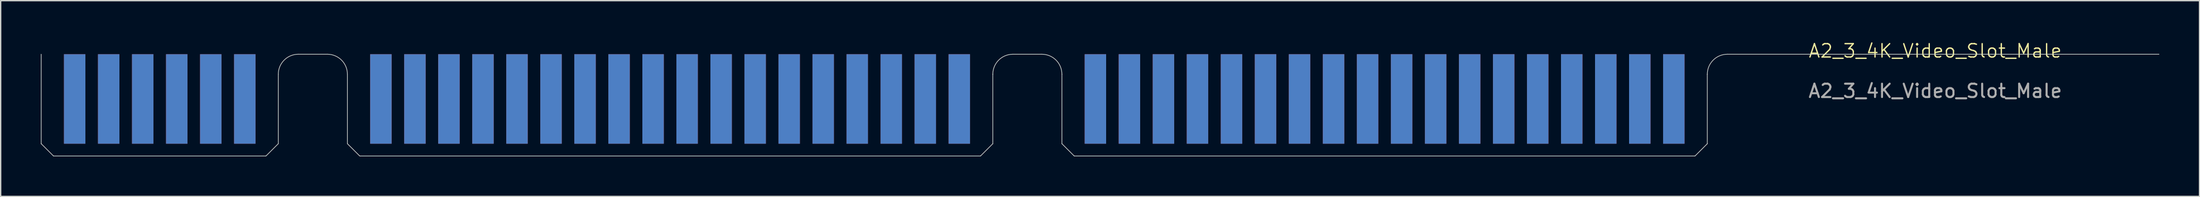
<source format=kicad_pcb>
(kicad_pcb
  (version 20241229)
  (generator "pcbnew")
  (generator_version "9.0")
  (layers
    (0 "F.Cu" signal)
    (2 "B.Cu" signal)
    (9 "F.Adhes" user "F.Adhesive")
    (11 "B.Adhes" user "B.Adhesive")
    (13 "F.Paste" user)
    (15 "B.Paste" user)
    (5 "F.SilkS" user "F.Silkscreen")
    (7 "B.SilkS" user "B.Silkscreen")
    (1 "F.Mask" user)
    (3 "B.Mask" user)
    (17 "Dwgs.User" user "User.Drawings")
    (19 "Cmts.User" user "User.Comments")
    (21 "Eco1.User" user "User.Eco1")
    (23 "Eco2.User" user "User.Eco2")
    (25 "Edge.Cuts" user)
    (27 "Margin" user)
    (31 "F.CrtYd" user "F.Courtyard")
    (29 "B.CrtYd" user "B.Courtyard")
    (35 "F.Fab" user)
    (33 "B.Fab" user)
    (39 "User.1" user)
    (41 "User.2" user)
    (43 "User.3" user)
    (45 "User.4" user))
  (footprint "A2_3_4K_Video_Slot_Male"
    (layer "F.Cu")
    (at 141.425 1.26)
    (property "Reference" "A2_3_4K_Video_Slot_Male" (at 0 -0.5 0) (unlocked yes) (layer "F.SilkS") (effects (font (size 1 1) (thickness 0.1))))
    (attr smd)
    (fp_line (start -141.4 6.45) (end -141.4 -0.25) (stroke (width 0.05) (type default)) (layer "Edge.Cuts"))
    (fp_line (start -140.481 7.37) (end -141.399 6.45) (stroke (width 0.05) (type default)) (layer "Edge.Cuts"))
    (fp_line (start -124.62 7.369) (end -123.701 6.45) (stroke (width 0.05) (type default)) (layer "Edge.Cuts"))
    (fp_line (start -124.62 7.37) (end -140.481 7.37) (stroke (width 0.05) (type default)) (layer "Edge.Cuts"))
    (fp_line (start -123.7 1.25) (end -123.7 6.45) (stroke (width 0.05) (type default)) (layer "Edge.Cuts"))
    (fp_line (start -120.041 -0.25) (end -122.199 -0.25) (stroke (width 0.05) (type default)) (layer "Edge.Cuts"))
    (fp_line (start -118.54 6.45) (end -118.54 1.25) (stroke (width 0.05) (type default)) (layer "Edge.Cuts"))
    (fp_line (start -117.621 7.369) (end -118.54 6.45) (stroke (width 0.05) (type default)) (layer "Edge.Cuts"))
    (fp_line (start -71.279 7.37) (end -117.621 7.37) (stroke (width 0.05) (type default)) (layer "Edge.Cuts"))
    (fp_line (start -71.279 7.37) (end -70.361 6.45) (stroke (width 0.05) (type default)) (layer "Edge.Cuts"))
    (fp_line (start -70.36 1.251) (end -70.36 6.45) (stroke (width 0.05) (type default)) (layer "Edge.Cuts"))
    (fp_line (start -66.701 -0.249) (end -68.859 -0.249) (stroke (width 0.05) (type default)) (layer "Edge.Cuts"))
    (fp_line (start -65.2 6.45) (end -65.2 1.251) (stroke (width 0.05) (type default)) (layer "Edge.Cuts"))
    (fp_line (start -64.281 7.37) (end -65.2 6.45) (stroke (width 0.05) (type default)) (layer "Edge.Cuts"))
    (fp_line (start -17.939 7.37) (end -64.281 7.37) (stroke (width 0.05) (type default)) (layer "Edge.Cuts"))
    (fp_line (start -17.939 7.37) (end -17.02 6.45) (stroke (width 0.05) (type default)) (layer "Edge.Cuts"))
    (fp_line (start -17.02 1.251) (end -17.02 6.45) (stroke (width 0.05) (type default)) (layer "Edge.Cuts"))
    (fp_line (start 16.7 -0.25) (end -15.519 -0.25) (stroke (width 0.05) (type default)) (layer "Edge.Cuts"))
    (fp_arc (start -123.69934 1.25) (mid -123.26 0.18934) (end -122.19934 -0.25) (stroke (width 0.05) (type default)) (layer "Edge.Cuts"))
    (fp_arc (start -120.04066 -0.25) (mid -118.98 0.18934) (end -118.54066 1.25) (stroke (width 0.05) (type default)) (layer "Edge.Cuts"))
    (fp_arc (start -70.35934 1.25066) (mid -69.92 0.19) (end -68.85934 -0.24934) (stroke (width 0.05) (type default)) (layer "Edge.Cuts"))
    (fp_arc (start -66.70066 -0.24934) (mid -65.64 0.19) (end -65.20066 1.25066) (stroke (width 0.05) (type default)) (layer "Edge.Cuts"))
    (fp_arc (start -17.01934 1.25066) (mid -16.58 0.19) (end -15.51934 -0.24934) (stroke (width 0.05) (type default)) (layer "Edge.Cuts"))
    (fp_text user "${REFERENCE}" (at 0 2.5 0) (unlocked yes) (layer "F.Fab") (effects (font (size 1 1) (thickness 0.15))))
    (pad "F1" connect rect (at -72.86 3.1) (size 1.6 6.7) (layers "B.Cu" "B.Mask"))
    (pad "F2" connect rect (at -72.86 3.1) (size 1.6 6.7) (layers "F.Cu" "F.Mask"))
    (pad "F3" connect rect (at -75.4 3.1) (size 1.6 6.7) (layers "B.Cu" "B.Mask"))
    (pad "F4" connect rect (at -75.4 3.1) (size 1.6 6.7) (layers "F.Cu" "F.Mask"))
    (pad "F5" connect rect (at -77.94 3.1) (size 1.6 6.7) (layers "B.Cu" "B.Mask"))
    (pad "F6" connect rect (at -77.94 3.1) (size 1.6 6.7) (layers "F.Cu" "F.Mask"))
    (pad "F7" connect rect (at -80.48 3.1) (size 1.6 6.7) (layers "B.Cu" "B.Mask"))
    (pad "F8" connect rect (at -80.48 3.1) (size 1.6 6.7) (layers "F.Cu" "F.Mask"))
    (pad "F9" connect rect (at -83.02 3.1) (size 1.6 6.7) (layers "B.Cu" "B.Mask"))
    (pad "F10" connect rect (at -83.02 3.1) (size 1.6 6.7) (layers "F.Cu" "F.Mask"))
    (pad "F11" connect rect (at -85.56 3.1) (size 1.6 6.7) (layers "B.Cu" "B.Mask"))
    (pad "F12" connect rect (at -85.56 3.1) (size 1.6 6.7) (layers "F.Cu" "F.Mask"))
    (pad "F13" connect rect (at -88.1 3.1) (size 1.6 6.7) (layers "B.Cu" "B.Mask"))
    (pad "F14" connect rect (at -88.1 3.1) (size 1.6 6.7) (layers "F.Cu" "F.Mask"))
    (pad "F15" connect rect (at -90.64 3.1) (size 1.6 6.7) (layers "B.Cu" "B.Mask"))
    (pad "F16" connect rect (at -90.64 3.1) (size 1.6 6.7) (layers "F.Cu" "F.Mask"))
    (pad "F17" connect rect (at -93.18 3.1) (size 1.6 6.7) (layers "B.Cu" "B.Mask"))
    (pad "F18" connect rect (at -93.18 3.1) (size 1.6 6.7) (layers "F.Cu" "F.Mask"))
    (pad "F19" connect rect (at -95.72 3.1) (size 1.6 6.7) (layers "B.Cu" "B.Mask"))
    (pad "F20" connect rect (at -95.72 3.1) (size 1.6 6.7) (layers "F.Cu" "F.Mask"))
    (pad "F21" connect rect (at -98.26 3.1) (size 1.6 6.7) (layers "B.Cu" "B.Mask"))
    (pad "F22" connect rect (at -98.26 3.1) (size 1.6 6.7) (layers "F.Cu" "F.Mask"))
    (pad "F23" connect rect (at -100.8 3.1) (size 1.6 6.7) (layers "B.Cu" "B.Mask"))
    (pad "F24" connect rect (at -100.8 3.1) (size 1.6 6.7) (layers "F.Cu" "F.Mask"))
    (pad "F25" connect rect (at -103.34 3.1) (size 1.6 6.7) (layers "B.Cu" "B.Mask"))
    (pad "F26" connect rect (at -103.34 3.1) (size 1.6 6.7) (layers "F.Cu" "F.Mask"))
    (pad "F27" connect rect (at -105.88 3.1) (size 1.6 6.7) (layers "B.Cu" "B.Mask"))
    (pad "F28" connect rect (at -105.88 3.1) (size 1.6 6.7) (layers "F.Cu" "F.Mask"))
    (pad "F29" connect rect (at -108.42 3.1) (size 1.6 6.7) (layers "B.Cu" "B.Mask"))
    (pad "F30" connect rect (at -108.42 3.1) (size 1.6 6.7) (layers "F.Cu" "F.Mask"))
    (pad "F31" connect rect (at -110.96 3.1) (size 1.6 6.7) (layers "B.Cu" "B.Mask"))
    (pad "F32" connect rect (at -110.96 3.1) (size 1.6 6.7) (layers "F.Cu" "F.Mask"))
    (pad "F33" connect rect (at -113.5 3.1) (size 1.6 6.7) (layers "B.Cu" "B.Mask"))
    (pad "F34" connect rect (at -113.5 3.1) (size 1.6 6.7) (layers "F.Cu" "F.Mask"))
    (pad "F35" connect rect (at -116.04 3.1) (size 1.6 6.7) (layers "B.Cu" "B.Mask"))
    (pad "F36" connect rect (at -116.04 3.1) (size 1.6 6.7) (layers "F.Cu" "F.Mask"))
    (pad "F43" connect rect (at -126.2 3.1) (size 1.6 6.7) (layers "B.Cu" "B.Mask"))
    (pad "F44" connect rect (at -126.2 3.1) (size 1.6 6.7) (layers "F.Cu" "F.Mask"))
    (pad "F45" connect rect (at -128.74 3.1) (size 1.6 6.7) (layers "B.Cu" "B.Mask"))
    (pad "F46" connect rect (at -128.74 3.1) (size 1.6 6.7) (layers "F.Cu" "F.Mask"))
    (pad "F47" connect rect (at -131.28 3.1) (size 1.6 6.7) (layers "B.Cu" "B.Mask"))
    (pad "F48" connect rect (at -131.28 3.1) (size 1.6 6.7) (layers "F.Cu" "F.Mask"))
    (pad "F49" connect rect (at -133.82 3.1) (size 1.6 6.7) (layers "B.Cu" "B.Mask"))
    (pad "F50" connect rect (at -133.82 3.1) (size 1.6 6.7) (layers "F.Cu" "F.Mask"))
    (pad "F51" connect rect (at -136.36 3.1) (size 1.6 6.7) (layers "B.Cu" "B.Mask"))
    (pad "F52" connect rect (at -136.36 3.1) (size 1.6 6.7) (layers "F.Cu" "F.Mask"))
    (pad "F53" connect rect (at -138.9 3.1) (size 1.6 6.7) (layers "B.Cu" "B.Mask"))
    (pad "F54" connect rect (at -138.9 3.1) (size 1.6 6.7) (layers "F.Cu" "F.Mask"))
    (pad "R1" connect rect (at -19.52 3.1) (size 1.6 6.7) (layers "B.Cu" "B.Mask"))
    (pad "R2" connect rect (at -19.52 3.1) (size 1.6 6.7) (layers "F.Cu" "F.Mask"))
    (pad "R3" connect rect (at -22.06 3.1) (size 1.6 6.7) (layers "B.Cu" "B.Mask"))
    (pad "R4" connect rect (at -22.06 3.1) (size 1.6 6.7) (layers "F.Cu" "F.Mask"))
    (pad "R5" connect rect (at -24.6 3.1) (size 1.6 6.7) (layers "B.Cu" "B.Mask"))
    (pad "R6" connect rect (at -24.6 3.1) (size 1.6 6.7) (layers "F.Cu" "F.Mask"))
    (pad "R7" connect rect (at -27.14 3.1) (size 1.6 6.7) (layers "B.Cu" "B.Mask"))
    (pad "R8" connect rect (at -27.14 3.1) (size 1.6 6.7) (layers "F.Cu" "F.Mask"))
    (pad "R9" connect rect (at -29.68 3.1) (size 1.6 6.7) (layers "B.Cu" "B.Mask"))
    (pad "R10" connect rect (at -29.68 3.1) (size 1.6 6.7) (layers "F.Cu" "F.Mask"))
    (pad "R11" connect rect (at -32.22 3.1) (size 1.6 6.7) (layers "B.Cu" "B.Mask"))
    (pad "R12" connect rect (at -32.22 3.1) (size 1.6 6.7) (layers "F.Cu" "F.Mask"))
    (pad "R13" connect rect (at -34.76 3.1) (size 1.6 6.7) (layers "B.Cu" "B.Mask"))
    (pad "R14" connect rect (at -34.76 3.1) (size 1.6 6.7) (layers "F.Cu" "F.Mask"))
    (pad "R15" connect rect (at -37.3 3.1) (size 1.6 6.7) (layers "B.Cu" "B.Mask"))
    (pad "R16" connect rect (at -37.3 3.1) (size 1.6 6.7) (layers "F.Cu" "F.Mask"))
    (pad "R17" connect rect (at -39.84 3.1) (size 1.6 6.7) (layers "B.Cu" "B.Mask"))
    (pad "R18" connect rect (at -39.84 3.1) (size 1.6 6.7) (layers "F.Cu" "F.Mask"))
    (pad "R19" connect rect (at -42.38 3.1) (size 1.6 6.7) (layers "B.Cu" "B.Mask"))
    (pad "R20" connect rect (at -42.38 3.1) (size 1.6 6.7) (layers "F.Cu" "F.Mask"))
    (pad "R21" connect rect (at -44.92 3.1) (size 1.6 6.7) (layers "B.Cu" "B.Mask"))
    (pad "R22" connect rect (at -44.92 3.1) (size 1.6 6.7) (layers "F.Cu" "F.Mask"))
    (pad "R23" connect rect (at -47.46 3.1) (size 1.6 6.7) (layers "B.Cu" "B.Mask"))
    (pad "R24" connect rect (at -47.46 3.1) (size 1.6 6.7) (layers "F.Cu" "F.Mask"))
    (pad "R25" connect rect (at -50 3.1) (size 1.6 6.7) (layers "B.Cu" "B.Mask"))
    (pad "R26" connect rect (at -50 3.1) (size 1.6 6.7) (layers "F.Cu" "F.Mask"))
    (pad "R27" connect rect (at -52.54 3.1) (size 1.6 6.7) (layers "B.Cu" "B.Mask"))
    (pad "R28" connect rect (at -52.54 3.1) (size 1.6 6.7) (layers "F.Cu" "F.Mask"))
    (pad "R29" connect rect (at -55.08 3.1) (size 1.6 6.7) (layers "B.Cu" "B.Mask"))
    (pad "R30" connect rect (at -55.08 3.1) (size 1.6 6.7) (layers "F.Cu" "F.Mask"))
    (pad "R31" connect rect (at -57.62 3.1) (size 1.6 6.7) (layers "B.Cu" "B.Mask"))
    (pad "R32" connect rect (at -57.62 3.1) (size 1.6 6.7) (layers "F.Cu" "F.Mask"))
    (pad "R33" connect rect (at -60.16 3.1) (size 1.6 6.7) (layers "B.Cu" "B.Mask"))
    (pad "R34" connect rect (at -60.16 3.1) (size 1.6 6.7) (layers "F.Cu" "F.Mask"))
    (pad "R35" connect rect (at -62.7 3.1) (size 1.6 6.7) (layers "B.Cu" "B.Mask"))
    (pad "R36" connect rect (at -62.7 3.1) (size 1.6 6.7) (layers "F.Cu" "F.Mask")))
  (gr_rect
    (start -3 -3)
    (end 161.15 11.655)
    (stroke (width 0.1) (type default))
    (fill no)
    (layer "Edge.Cuts")))
</source>
